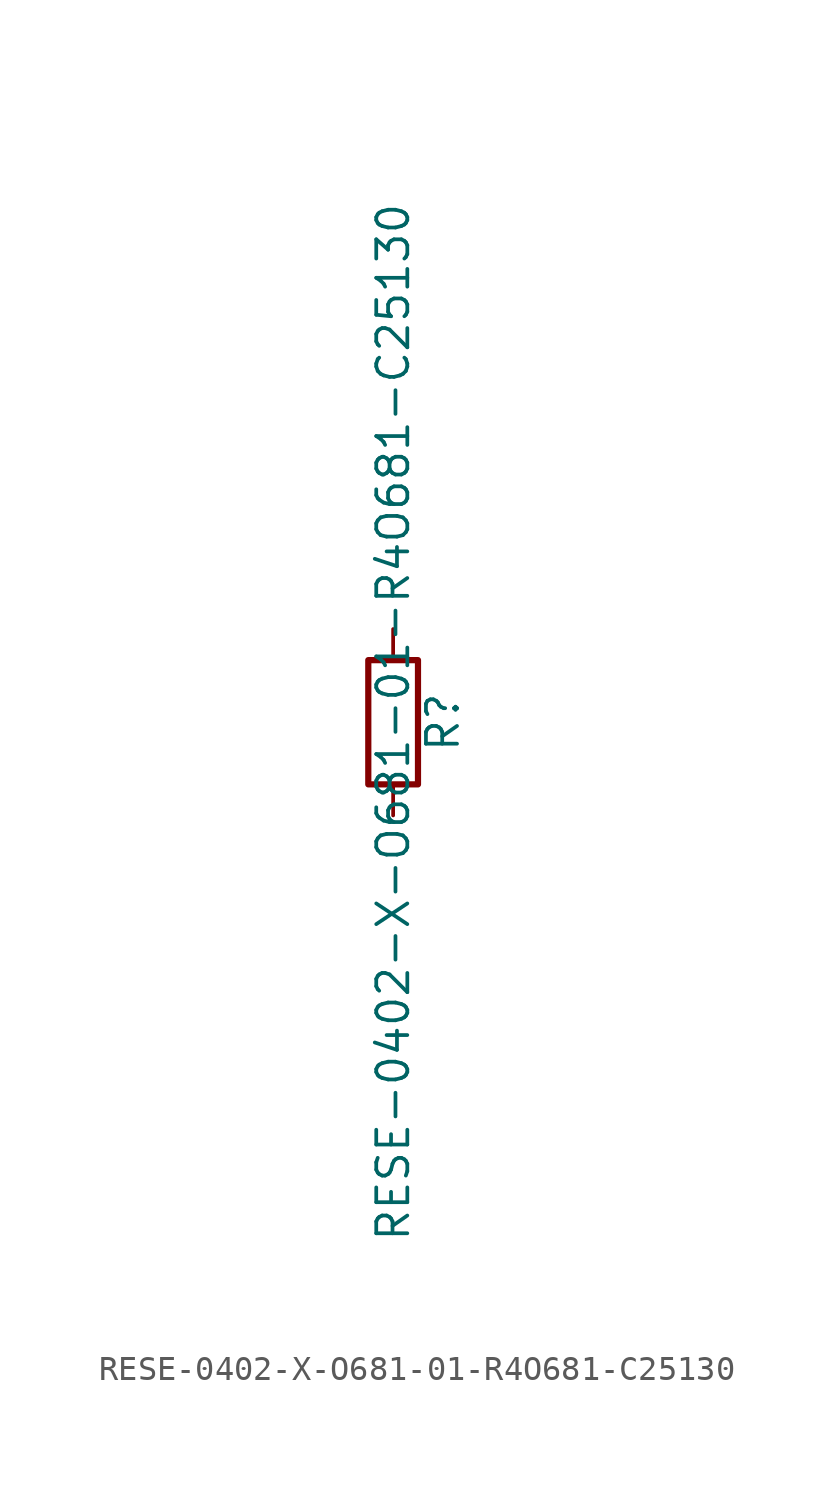
<source format=kicad_sym>
(kicad_symbol_lib
  (version 20211014)
  (generator kicad_symbol_editor)
  (symbol "RESE-0402-X-O681-01-R4O681-C25130"
    (pin_numbers hide)
    (pin_names
      (offset 0))
    (property "Reference" "R"
      (at 2.032 0 90)
      (effects (font (size 1.27 1.27))))
    (property "Value" "RESE-0402-X-O681-01-R4O681-C25130"
      (at 0 0 90)
      (effects (font (size 1.27 1.27))))
    (symbol "RESE-0402-X-O681-01-R4O681-C25130_0_1"
      (rectangle (start -1.016 -2.54) (end 1.016 2.54) (stroke (width 0.254) (type default) (color 0 0 0 0)) (fill (type none))))
    (symbol "RESE-0402-X-O681-01-R4O681-C25130_1_1"
      (pin passive line (at 0 3.81 270) (length 1.27) (name "~" (effects (font (size 1.27 1.27)))) (number "1" (effects (font (size 1.27 1.27)))))
      (pin passive line (at 0 -3.81 90) (length 1.27) (name "~" (effects (font (size 1.27 1.27)))) (number "2" (effects (font (size 1.27 1.27))))))))
</source>
